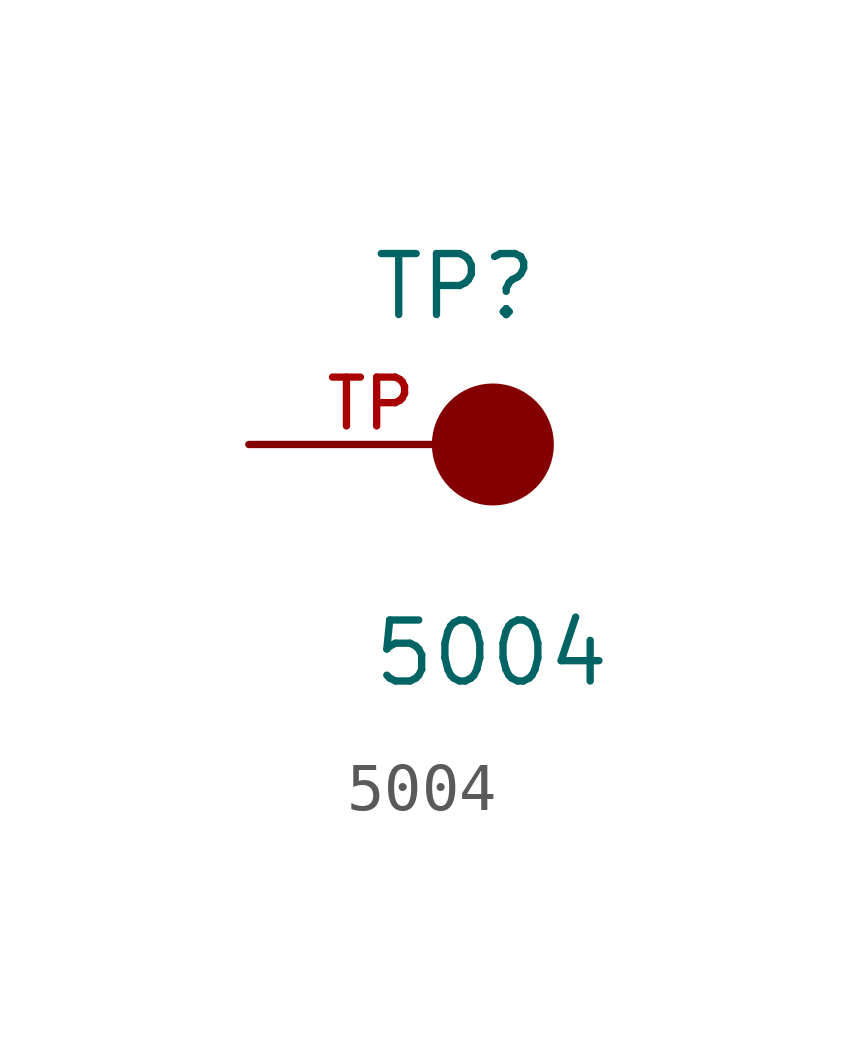
<source format=kicad_sym>
(kicad_symbol_lib
  (version 20211014)
  (generator kicad_symbol_editor)
  (symbol "5004"
    (pin_names
      (offset 1.016))
    (property "Reference" "TP"
      (at -2.544 2.541 0)
      (effects (font (size 1.27 1.27)) (justify bottom left)))
    (property "Value" "5004"
      (at -2.55 -5.087 0)
      (effects (font (size 1.27 1.27)) (justify bottom left)))
    (symbol "5004_0_0"
      (circle (center 0.0 0.0) (radius 0.635) (stroke (width 1.27)) (fill (type none)))
      (pin passive line (at -5.08 0.0 0) (length 5.08) (name "~" (effects (font (size 1.016 1.016)))) (number "TP" (effects (font (size 1.016 1.016))))))))
</source>
